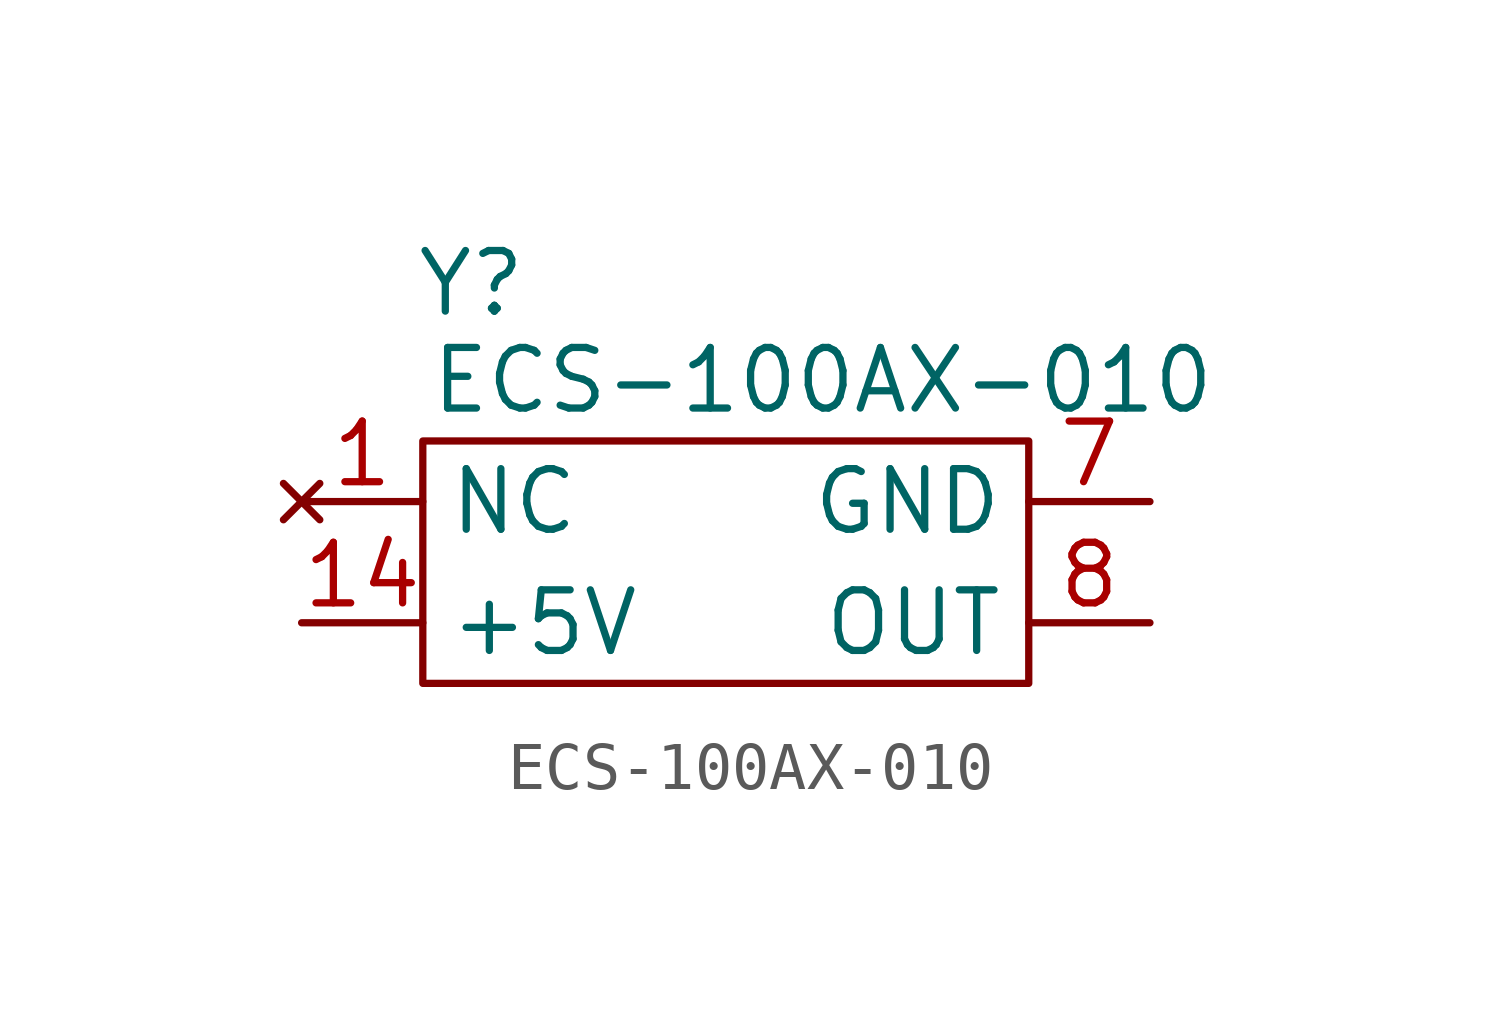
<source format=kicad_sym>
(kicad_symbol_lib
  (version 20241209)
  (generator "kicad_symbol_editor")
  (generator_version "9.0")
  (symbol "ECS-100AX-010"
    (property "Reference" "Y"
      (at 1.016 3.302 0)
      (effects (font (size 1.27 1.27))))
    (property "Value" "ECS-100AX-010"
      (at 8.382 1.27 0)
      (effects (font (size 1.27 1.27))))
    (symbol "ECS-100AX-010_0_1"
      (rectangle (start 0 0) (end 12.7 -5.08) (stroke (width 0) (type default)) (fill (type none))))
    (symbol "ECS-100AX-010_1_1"
      (pin no_connect line (at -2.54 -1.27 0) (length 2.54) (name "NC" (effects (font (size 1.27 1.27)))) (number "1" (effects (font (size 1.27 1.27)))))
      (pin output line (at -2.54 -3.81 0) (length 2.54) (name "+5V" (effects (font (size 1.27 1.27)))) (number "14" (effects (font (size 1.27 1.27)))))
      (pin power_in line (at 15.24 -1.27 180) (length 2.54) (name "GND" (effects (font (size 1.27 1.27)))) (number "7" (effects (font (size 1.27 1.27)))))
      (pin output line (at 15.24 -3.81 180) (length 2.54) (name "OUT" (effects (font (size 1.27 1.27)))) (number "8" (effects (font (size 1.27 1.27))))))))
</source>
